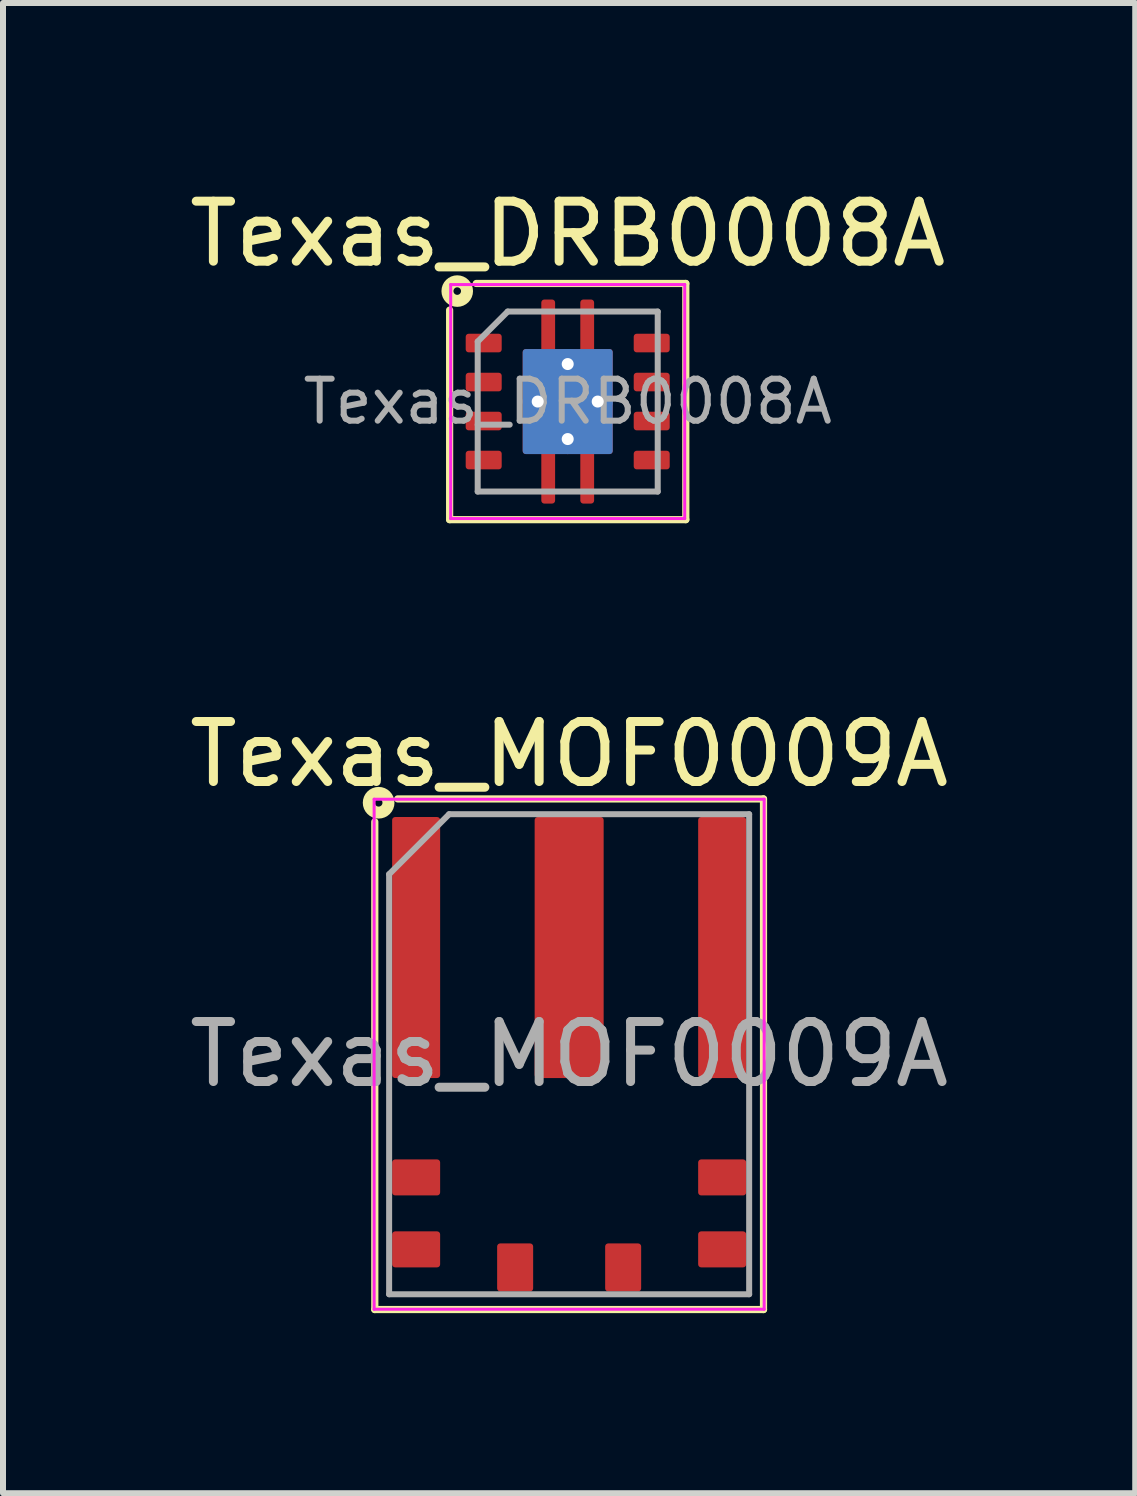
<source format=kicad_pcb>
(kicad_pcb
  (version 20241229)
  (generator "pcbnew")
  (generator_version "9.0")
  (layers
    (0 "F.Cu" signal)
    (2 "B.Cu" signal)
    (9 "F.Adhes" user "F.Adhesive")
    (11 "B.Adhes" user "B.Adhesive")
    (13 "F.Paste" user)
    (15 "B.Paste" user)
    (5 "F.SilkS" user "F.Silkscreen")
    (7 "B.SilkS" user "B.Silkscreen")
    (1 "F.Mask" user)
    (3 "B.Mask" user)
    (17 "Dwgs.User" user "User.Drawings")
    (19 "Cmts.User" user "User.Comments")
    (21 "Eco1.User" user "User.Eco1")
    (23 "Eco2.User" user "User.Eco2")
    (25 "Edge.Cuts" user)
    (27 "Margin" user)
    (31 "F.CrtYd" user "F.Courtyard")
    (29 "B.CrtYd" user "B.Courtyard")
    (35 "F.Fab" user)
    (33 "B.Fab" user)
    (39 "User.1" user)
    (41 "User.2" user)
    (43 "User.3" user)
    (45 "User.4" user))
  (footprint "Texas_DRB0008A"
    (layer "F.Cu")
    (at 6.411 3.642)
    (property "Reference" "Texas_DRB0008A" (at 0 -2.794 0) (layer "F.SilkS") (effects (font (size 1 1) (thickness 0.15))))
    (attr smd)
    (fp_line (start -1.968 -1.524) (end -1.968 1.968) (stroke (width 0.12) (type solid)) (layer "F.SilkS"))
    (fp_line (start -1.968 1.968) (end 1.968 1.968) (stroke (width 0.12) (type solid)) (layer "F.SilkS"))
    (fp_line (start 1.968 -1.968) (end -1.524 -1.968) (stroke (width 0.12) (type solid)) (layer "F.SilkS"))
    (fp_line (start 1.968 1.968) (end 1.968 -1.968) (stroke (width 0.12) (type solid)) (layer "F.SilkS"))
    (fp_circle (center -1.841 -1.841) (end -1.778 -1.841) (stroke (width 0.2) (type solid)) (fill no) (layer "F.SilkS"))
    (fp_line (start -1.95 -1.95) (end -1.95 1.95) (stroke (width 0.05) (type solid)) (layer "F.CrtYd"))
    (fp_line (start -1.95 -1.95) (end 1.95 -1.95) (stroke (width 0.05) (type solid)) (layer "F.CrtYd"))
    (fp_line (start -1.95 1.95) (end 1.95 1.95) (stroke (width 0.05) (type solid)) (layer "F.CrtYd"))
    (fp_line (start 1.95 -1.95) (end 1.95 1.95) (stroke (width 0.05) (type solid)) (layer "F.CrtYd"))
    (fp_line (start -1.5 -1) (end -1.5 1.5) (stroke (width 0.1) (type solid)) (layer "F.Fab"))
    (fp_line (start -1.5 -1) (end -1 -1.5) (stroke (width 0.1) (type solid)) (layer "F.Fab"))
    (fp_line (start -1.5 1.5) (end 1.5 1.5) (stroke (width 0.1) (type solid)) (layer "F.Fab"))
    (fp_line (start -1 -1.5) (end 1.5 -1.5) (stroke (width 0.1) (type solid)) (layer "F.Fab"))
    (fp_line (start 1.5 -1.5) (end 1.5 1.5) (stroke (width 0.1) (type solid)) (layer "F.Fab"))
    (fp_text user "${REFERENCE}" (at 0 0 0) (layer "F.Fab") (effects (font (size 0.7 0.7) (thickness 0.1))))
    (pad "" smd roundrect (at -0.325 -1.337) (size 0.23 0.725) (layers "F.Paste") (roundrect_rratio 0.22))
    (pad "" smd roundrect (at -0.325 1.337) (size 0.23 0.725) (layers "F.Paste") (roundrect_rratio 0.22))
    (pad "" smd roundrect (at 0 0) (size 1.34 1.55) (layers "F.Paste") (roundrect_rratio 0.038))
    (pad "" smd roundrect (at 0.325 -1.337) (size 0.23 0.725) (layers "F.Paste") (roundrect_rratio 0.22))
    (pad "" smd roundrect (at 0.325 1.337) (size 0.23 0.725) (layers "F.Paste") (roundrect_rratio 0.22))
    (pad "1" smd roundrect (at -1.4 -0.975) (size 0.6 0.31) (layers "F.Cu" "F.Mask" "F.Paste") (roundrect_rratio 0.16))
    (pad "2" smd roundrect (at -1.4 -0.325) (size 0.6 0.31) (layers "F.Cu" "F.Mask" "F.Paste") (roundrect_rratio 0.16))
    (pad "3" smd roundrect (at -1.4 0.325) (size 0.6 0.31) (layers "F.Cu" "F.Mask" "F.Paste") (roundrect_rratio 0.16))
    (pad "4" smd roundrect (at -1.4 0.975) (size 0.6 0.31) (layers "F.Cu" "F.Mask" "F.Paste") (roundrect_rratio 0.16))
    (pad "5" smd roundrect (at 1.4 0.975) (size 0.6 0.31) (layers "F.Cu" "F.Mask" "F.Paste") (roundrect_rratio 0.16))
    (pad "6" smd roundrect (at 1.4 0.325) (size 0.6 0.31) (layers "F.Cu" "F.Mask" "F.Paste") (roundrect_rratio 0.16))
    (pad "7" smd roundrect (at 1.4 -0.325) (size 0.6 0.31) (layers "F.Cu" "F.Mask" "F.Paste") (roundrect_rratio 0.16))
    (pad "8" smd roundrect (at 1.4 -0.975) (size 0.6 0.31) (layers "F.Cu" "F.Mask" "F.Paste") (roundrect_rratio 0.16))
    (pad "9" thru_hole circle (at -0.5 0) (size 0.5 0.5) (drill 0.2) (layers "*.Cu"))
    (pad "9" smd roundrect (at -0.325 -1.188) (size 0.23 1.025) (layers "F.Cu" "F.Mask") (roundrect_rratio 0.22))
    (pad "9" smd roundrect (at -0.325 1.188) (size 0.23 1.025) (layers "F.Cu" "F.Mask") (roundrect_rratio 0.22))
    (pad "9" thru_hole circle (at 0 -0.625) (size 0.5 0.5) (drill 0.2) (layers "*.Cu"))
    (pad "9" smd roundrect (at 0 0) (size 1.5 1.75) (layers "F.Cu" "F.Mask") (roundrect_rratio 0.034))
    (pad "9" smd roundrect (at 0 0) (size 1.5 1.75) (layers "B.Cu" "B.Mask") (roundrect_rratio 0.034))
    (pad "9" thru_hole circle (at 0 0.625) (size 0.5 0.5) (drill 0.2) (layers "*.Cu"))
    (pad "9" smd roundrect (at 0.325 -1.188) (size 0.23 1.025) (layers "F.Cu" "F.Mask") (roundrect_rratio 0.22))
    (pad "9" smd roundrect (at 0.325 1.188) (size 0.23 1.025) (layers "F.Cu" "F.Mask") (roundrect_rratio 0.22))
    (pad "9" thru_hole circle (at 0.5 0) (size 0.5 0.5) (drill 0.2) (layers "*.Cu")))
  (footprint "Texas_MOF0009A"
    (layer "F.Cu")
    (at 6.435 14.519)
    (property "Reference" "Texas_MOF0009A" (at 0 -5 0) (layer "F.SilkS") (effects (font (size 1 1) (thickness 0.15))))
    (attr smd)
    (fp_line (start -3.239 -3.873) (end -3.239 4.255) (stroke (width 0.12) (type solid)) (layer "F.SilkS"))
    (fp_line (start -3.239 4.255) (end 3.239 4.255) (stroke (width 0.12) (type solid)) (layer "F.SilkS"))
    (fp_line (start 3.239 -4.255) (end -2.857 -4.255) (stroke (width 0.12) (type solid)) (layer "F.SilkS"))
    (fp_line (start 3.239 4.255) (end 3.239 -4.255) (stroke (width 0.12) (type solid)) (layer "F.SilkS"))
    (fp_circle (center -3.175 -4.191) (end -3.111 -4.191) (stroke (width 0.2) (type solid)) (fill no) (layer "F.SilkS"))
    (fp_line (start -3.25 -4.25) (end 3.25 -4.25) (stroke (width 0.05) (type solid)) (layer "F.CrtYd"))
    (fp_line (start -3.25 4.25) (end -3.25 -4.25) (stroke (width 0.05) (type solid)) (layer "F.CrtYd"))
    (fp_line (start 3.25 -4.25) (end 3.25 4.25) (stroke (width 0.05) (type solid)) (layer "F.CrtYd"))
    (fp_line (start 3.25 4.25) (end -3.25 4.25) (stroke (width 0.05) (type solid)) (layer "F.CrtYd"))
    (fp_line (start -3 4) (end -3 -3) (stroke (width 0.1) (type solid)) (layer "F.Fab"))
    (fp_line (start -2 -4) (end -3 -3) (stroke (width 0.1) (type solid)) (layer "F.Fab"))
    (fp_line (start -2 -4) (end 3 -4) (stroke (width 0.1) (type solid)) (layer "F.Fab"))
    (fp_line (start 3 -4) (end 3 4) (stroke (width 0.1) (type solid)) (layer "F.Fab"))
    (fp_line (start 3 4) (end -3 4) (stroke (width 0.1) (type solid)) (layer "F.Fab"))
    (fp_text user "${REFERENCE}" (at 0 0 0) (layer "F.Fab") (effects (font (size 1 1) (thickness 0.15))))
    (pad "" smd roundrect (at -2.55 -3.558) (size 0.7 0.59) (layers "F.Paste") (roundrect_rratio 0.085))
    (pad "" smd roundrect (at -2.55 -2.667) (size 0.7 0.59) (layers "F.Paste") (roundrect_rratio 0.085))
    (pad "" smd roundrect (at -2.55 -1.778) (size 0.7 0.59) (layers "F.Paste") (roundrect_rratio 0.085))
    (pad "" smd roundrect (at -2.55 -0.887) (size 0.7 0.59) (layers "F.Paste") (roundrect_rratio 0.085))
    (pad "" smd roundrect (at -2.55 0.003) (size 0.7 0.59) (layers "F.Paste") (roundrect_rratio 0.085))
    (pad "" smd roundrect (at 0 -3.558) (size 1.05 0.59) (layers "F.Paste") (roundrect_rratio 0.085))
    (pad "" smd roundrect (at 0 -2.667) (size 1.05 0.59) (layers "F.Paste") (roundrect_rratio 0.085))
    (pad "" smd roundrect (at 0 -1.778) (size 1.05 0.59) (layers "F.Paste") (roundrect_rratio 0.085))
    (pad "" smd roundrect (at 0 -0.887) (size 1.05 0.59) (layers "F.Paste") (roundrect_rratio 0.085))
    (pad "" smd roundrect (at 0 0.003) (size 1.05 0.59) (layers "F.Paste") (roundrect_rratio 0.085))
    (pad "" smd roundrect (at 2.55 -3.558) (size 0.7 0.59) (layers "F.Paste") (roundrect_rratio 0.085))
    (pad "" smd roundrect (at 2.55 -2.667) (size 0.7 0.59) (layers "F.Paste") (roundrect_rratio 0.085))
    (pad "" smd roundrect (at 2.55 -1.778) (size 0.7 0.59) (layers "F.Paste") (roundrect_rratio 0.085))
    (pad "" smd roundrect (at 2.55 -0.887) (size 0.7 0.59) (layers "F.Paste") (roundrect_rratio 0.085))
    (pad "" smd roundrect (at 2.55 0.003) (size 0.7 0.59) (layers "F.Paste") (roundrect_rratio 0.085))
    (pad "1" smd roundrect (at -2.55 -1.778) (size 0.8 4.35) (layers "F.Cu" "F.Mask") (roundrect_rratio 0.063))
    (pad "2" smd roundrect (at -2.55 2.053) (size 0.8 0.6) (layers "F.Cu" "F.Mask" "F.Paste") (roundrect_rratio 0.084))
    (pad "3" smd roundrect (at -2.55 3.252) (size 0.8 0.6) (layers "F.Cu" "F.Mask" "F.Paste") (roundrect_rratio 0.084))
    (pad "4" smd roundrect (at -0.9 3.553) (size 0.6 0.8) (layers "F.Cu" "F.Mask" "F.Paste") (roundrect_rratio 0.084))
    (pad "5" smd roundrect (at 0.9 3.553) (size 0.6 0.8) (layers "F.Cu" "F.Mask" "F.Paste") (roundrect_rratio 0.084))
    (pad "6" smd roundrect (at 2.55 3.252) (size 0.8 0.6) (layers "F.Cu" "F.Mask" "F.Paste") (roundrect_rratio 0.084))
    (pad "7" smd roundrect (at 2.55 2.053) (size 0.8 0.6) (layers "F.Cu" "F.Mask" "F.Paste") (roundrect_rratio 0.084))
    (pad "8" smd roundrect (at 2.55 -1.778) (size 0.8 4.35) (layers "F.Cu" "F.Mask") (roundrect_rratio 0.063))
    (pad "9" smd roundrect (at 0 -1.778) (size 1.15 4.35) (layers "F.Cu" "F.Mask") (roundrect_rratio 0.044)))
  (gr_rect
    (start -3 -3)
    (end 15.869 21.834)
    (stroke (width 0.1) (type default))
    (fill no)
    (layer "Edge.Cuts")))
</source>
